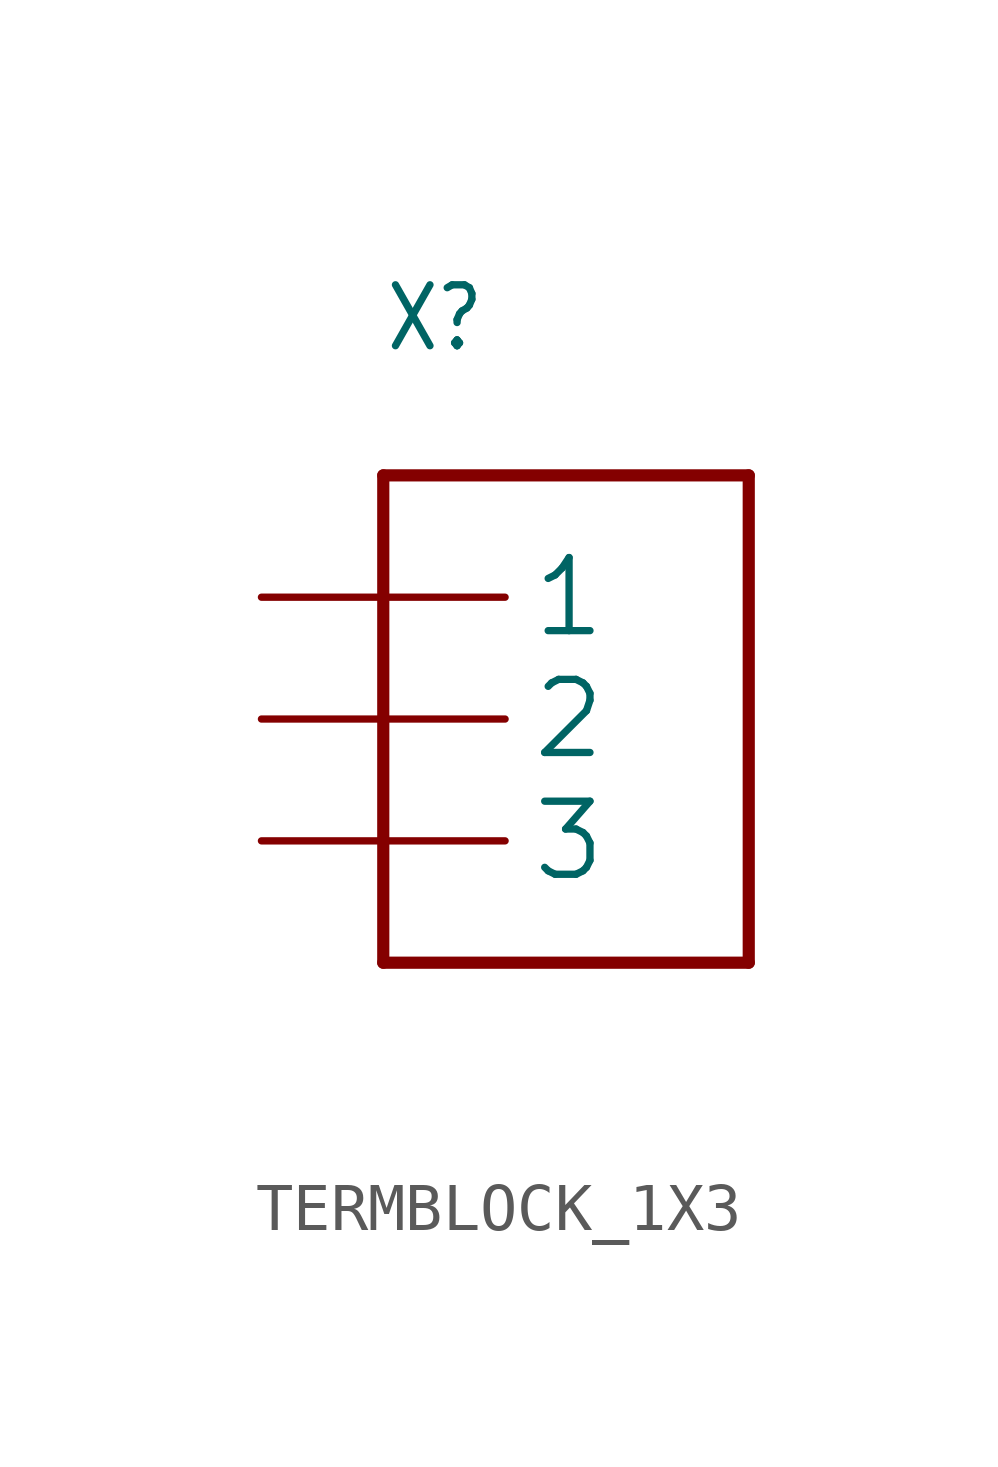
<source format=kicad_sym>
(kicad_symbol_lib
  (version 20241209)
  (generator "kicad_symbol_editor")
  (generator_version "9.0")
  (symbol "TERMBLOCK_1X3"
    (property "Reference" "X"
      (at -2.54 7.62 0)
      (effects (font (size 1.27 1.079)) (justify left bottom)))
    (property "Value" ""
      (at -2.54 -7.62 0)
      (effects (font (size 1.27 1.079)) (justify left bottom)))
    (property "ki_locked" ""
      (at 0 0 0)
      (effects (font (size 1.27 1.27))))
    (symbol "TERMBLOCK_1X3_1_0"
      (polyline (pts (xy -2.54 5.08) (xy -2.54 -5.08)) (stroke (width 0.254) (type solid)) (fill (type none)))
      (polyline (pts (xy -2.54 -5.08) (xy 5.08 -5.08)) (stroke (width 0.254) (type solid)) (fill (type none)))
      (polyline (pts (xy 5.08 5.08) (xy -2.54 5.08)) (stroke (width 0.254) (type solid)) (fill (type none)))
      (polyline (pts (xy 5.08 -5.08) (xy 5.08 5.08)) (stroke (width 0.254) (type solid)) (fill (type none)))
      (pin passive line (at -5.08 2.54 0) (length 5.08) (name "1" (effects (font (size 1.524 1.524)))) (number "1" (effects (font (size 0 0)))))
      (pin passive line (at -5.08 0 0) (length 5.08) (name "2" (effects (font (size 1.524 1.524)))) (number "2" (effects (font (size 0 0)))))
      (pin passive line (at -5.08 -2.54 0) (length 5.08) (name "3" (effects (font (size 1.524 1.524)))) (number "3" (effects (font (size 0 0))))))))
</source>
